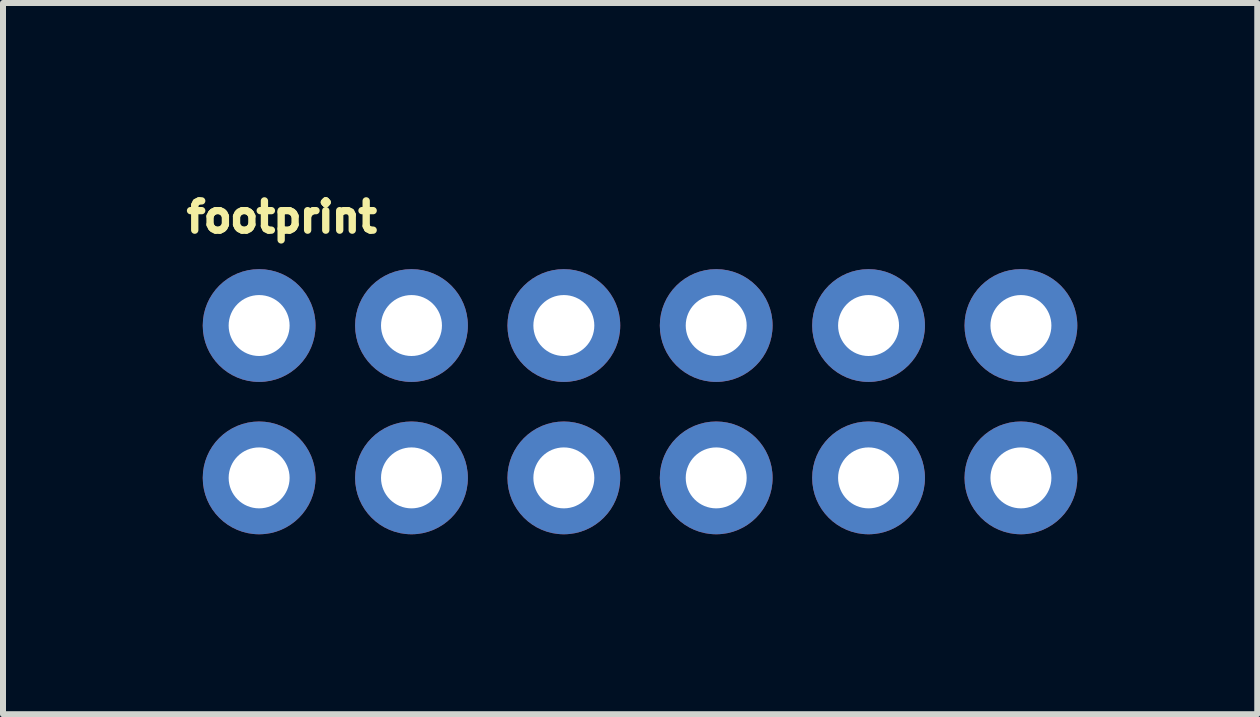
<source format=kicad_pcb>
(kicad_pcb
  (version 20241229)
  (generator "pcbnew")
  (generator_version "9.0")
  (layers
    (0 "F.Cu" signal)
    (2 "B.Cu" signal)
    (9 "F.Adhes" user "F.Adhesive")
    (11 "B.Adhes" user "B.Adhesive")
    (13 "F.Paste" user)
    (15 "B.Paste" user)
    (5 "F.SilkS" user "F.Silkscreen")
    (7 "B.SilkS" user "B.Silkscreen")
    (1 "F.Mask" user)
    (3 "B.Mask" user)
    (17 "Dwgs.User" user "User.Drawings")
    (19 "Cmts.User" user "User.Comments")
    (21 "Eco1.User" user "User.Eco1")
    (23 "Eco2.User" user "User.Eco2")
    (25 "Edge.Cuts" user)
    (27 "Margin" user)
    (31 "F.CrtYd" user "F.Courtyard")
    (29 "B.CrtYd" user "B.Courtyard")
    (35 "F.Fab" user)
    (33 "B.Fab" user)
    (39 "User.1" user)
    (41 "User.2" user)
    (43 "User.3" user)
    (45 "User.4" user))
  (footprint "footprint"
    (layer "F.Cu")
    (at 1.27 4.917)
    (property "Reference" "footprint" (at -1.27 -4.064 0) (layer "F.SilkS") (effects (font (size 0.488 0.488) (thickness 0.122)) (justify left bottom)))
    (fp_poly (pts (xy -0.254 -2.286) (xy 0.254 -2.286) (xy 0.254 -2.794) (xy -0.254 -2.794)) (stroke (width 0.1) (type solid)) (fill no) (layer "F.Fab"))
    (fp_poly (pts (xy -0.254 0.254) (xy 0.254 0.254) (xy 0.254 -0.254) (xy -0.254 -0.254)) (stroke (width 0.1) (type solid)) (fill no) (layer "F.Fab"))
    (fp_poly (pts (xy 2.286 -2.286) (xy 2.794 -2.286) (xy 2.794 -2.794) (xy 2.286 -2.794)) (stroke (width 0.1) (type solid)) (fill no) (layer "F.Fab"))
    (fp_poly (pts (xy 2.286 0.254) (xy 2.794 0.254) (xy 2.794 -0.254) (xy 2.286 -0.254)) (stroke (width 0.1) (type solid)) (fill no) (layer "F.Fab"))
    (fp_poly (pts (xy 4.826 -2.286) (xy 5.334 -2.286) (xy 5.334 -2.794) (xy 4.826 -2.794)) (stroke (width 0.1) (type solid)) (fill no) (layer "F.Fab"))
    (fp_poly (pts (xy 4.826 0.254) (xy 5.334 0.254) (xy 5.334 -0.254) (xy 4.826 -0.254)) (stroke (width 0.1) (type solid)) (fill no) (layer "F.Fab"))
    (fp_poly (pts (xy 7.366 -2.286) (xy 7.874 -2.286) (xy 7.874 -2.794) (xy 7.366 -2.794)) (stroke (width 0.1) (type solid)) (fill no) (layer "F.Fab"))
    (fp_poly (pts (xy 7.366 0.254) (xy 7.874 0.254) (xy 7.874 -0.254) (xy 7.366 -0.254)) (stroke (width 0.1) (type solid)) (fill no) (layer "F.Fab"))
    (fp_poly (pts (xy 9.906 -2.286) (xy 10.414 -2.286) (xy 10.414 -2.794) (xy 9.906 -2.794)) (stroke (width 0.1) (type solid)) (fill no) (layer "F.Fab"))
    (fp_poly (pts (xy 9.906 0.254) (xy 10.414 0.254) (xy 10.414 -0.254) (xy 9.906 -0.254)) (stroke (width 0.1) (type solid)) (fill no) (layer "F.Fab"))
    (fp_poly (pts (xy 12.446 -2.286) (xy 12.954 -2.286) (xy 12.954 -2.794) (xy 12.446 -2.794)) (stroke (width 0.1) (type solid)) (fill no) (layer "F.Fab"))
    (fp_poly (pts (xy 12.446 0.254) (xy 12.954 0.254) (xy 12.954 -0.254) (xy 12.446 -0.254)) (stroke (width 0.1) (type solid)) (fill no) (layer "F.Fab"))
    (pad "1" thru_hole circle (at 0 0) (size 1.88 1.88) (drill 1.016) (layers "*.Cu" "*.Mask"))
    (pad "2" thru_hole circle (at 0 -2.54) (size 1.88 1.88) (drill 1.016) (layers "*.Cu" "*.Mask"))
    (pad "3" thru_hole circle (at 2.54 0) (size 1.88 1.88) (drill 1.016) (layers "*.Cu" "*.Mask"))
    (pad "4" thru_hole circle (at 2.54 -2.54) (size 1.88 1.88) (drill 1.016) (layers "*.Cu" "*.Mask"))
    (pad "5" thru_hole circle (at 5.08 0) (size 1.88 1.88) (drill 1.016) (layers "*.Cu" "*.Mask"))
    (pad "6" thru_hole circle (at 5.08 -2.54) (size 1.88 1.88) (drill 1.016) (layers "*.Cu" "*.Mask"))
    (pad "7" thru_hole circle (at 7.62 0) (size 1.88 1.88) (drill 1.016) (layers "*.Cu" "*.Mask"))
    (pad "8" thru_hole circle (at 7.62 -2.54) (size 1.88 1.88) (drill 1.016) (layers "*.Cu" "*.Mask"))
    (pad "9" thru_hole circle (at 10.16 0) (size 1.88 1.88) (drill 1.016) (layers "*.Cu" "*.Mask"))
    (pad "10" thru_hole circle (at 10.16 -2.54) (size 1.88 1.88) (drill 1.016) (layers "*.Cu" "*.Mask"))
    (pad "11" thru_hole circle (at 12.7 0) (size 1.88 1.88) (drill 1.016) (layers "*.Cu" "*.Mask"))
    (pad "12" thru_hole circle (at 12.7 -2.54) (size 1.88 1.88) (drill 1.016) (layers "*.Cu" "*.Mask")))
  (gr_rect
    (start -3 -3)
    (end 17.91 8.857)
    (stroke (width 0.1) (type default))
    (fill no)
    (layer "Edge.Cuts")))
</source>
